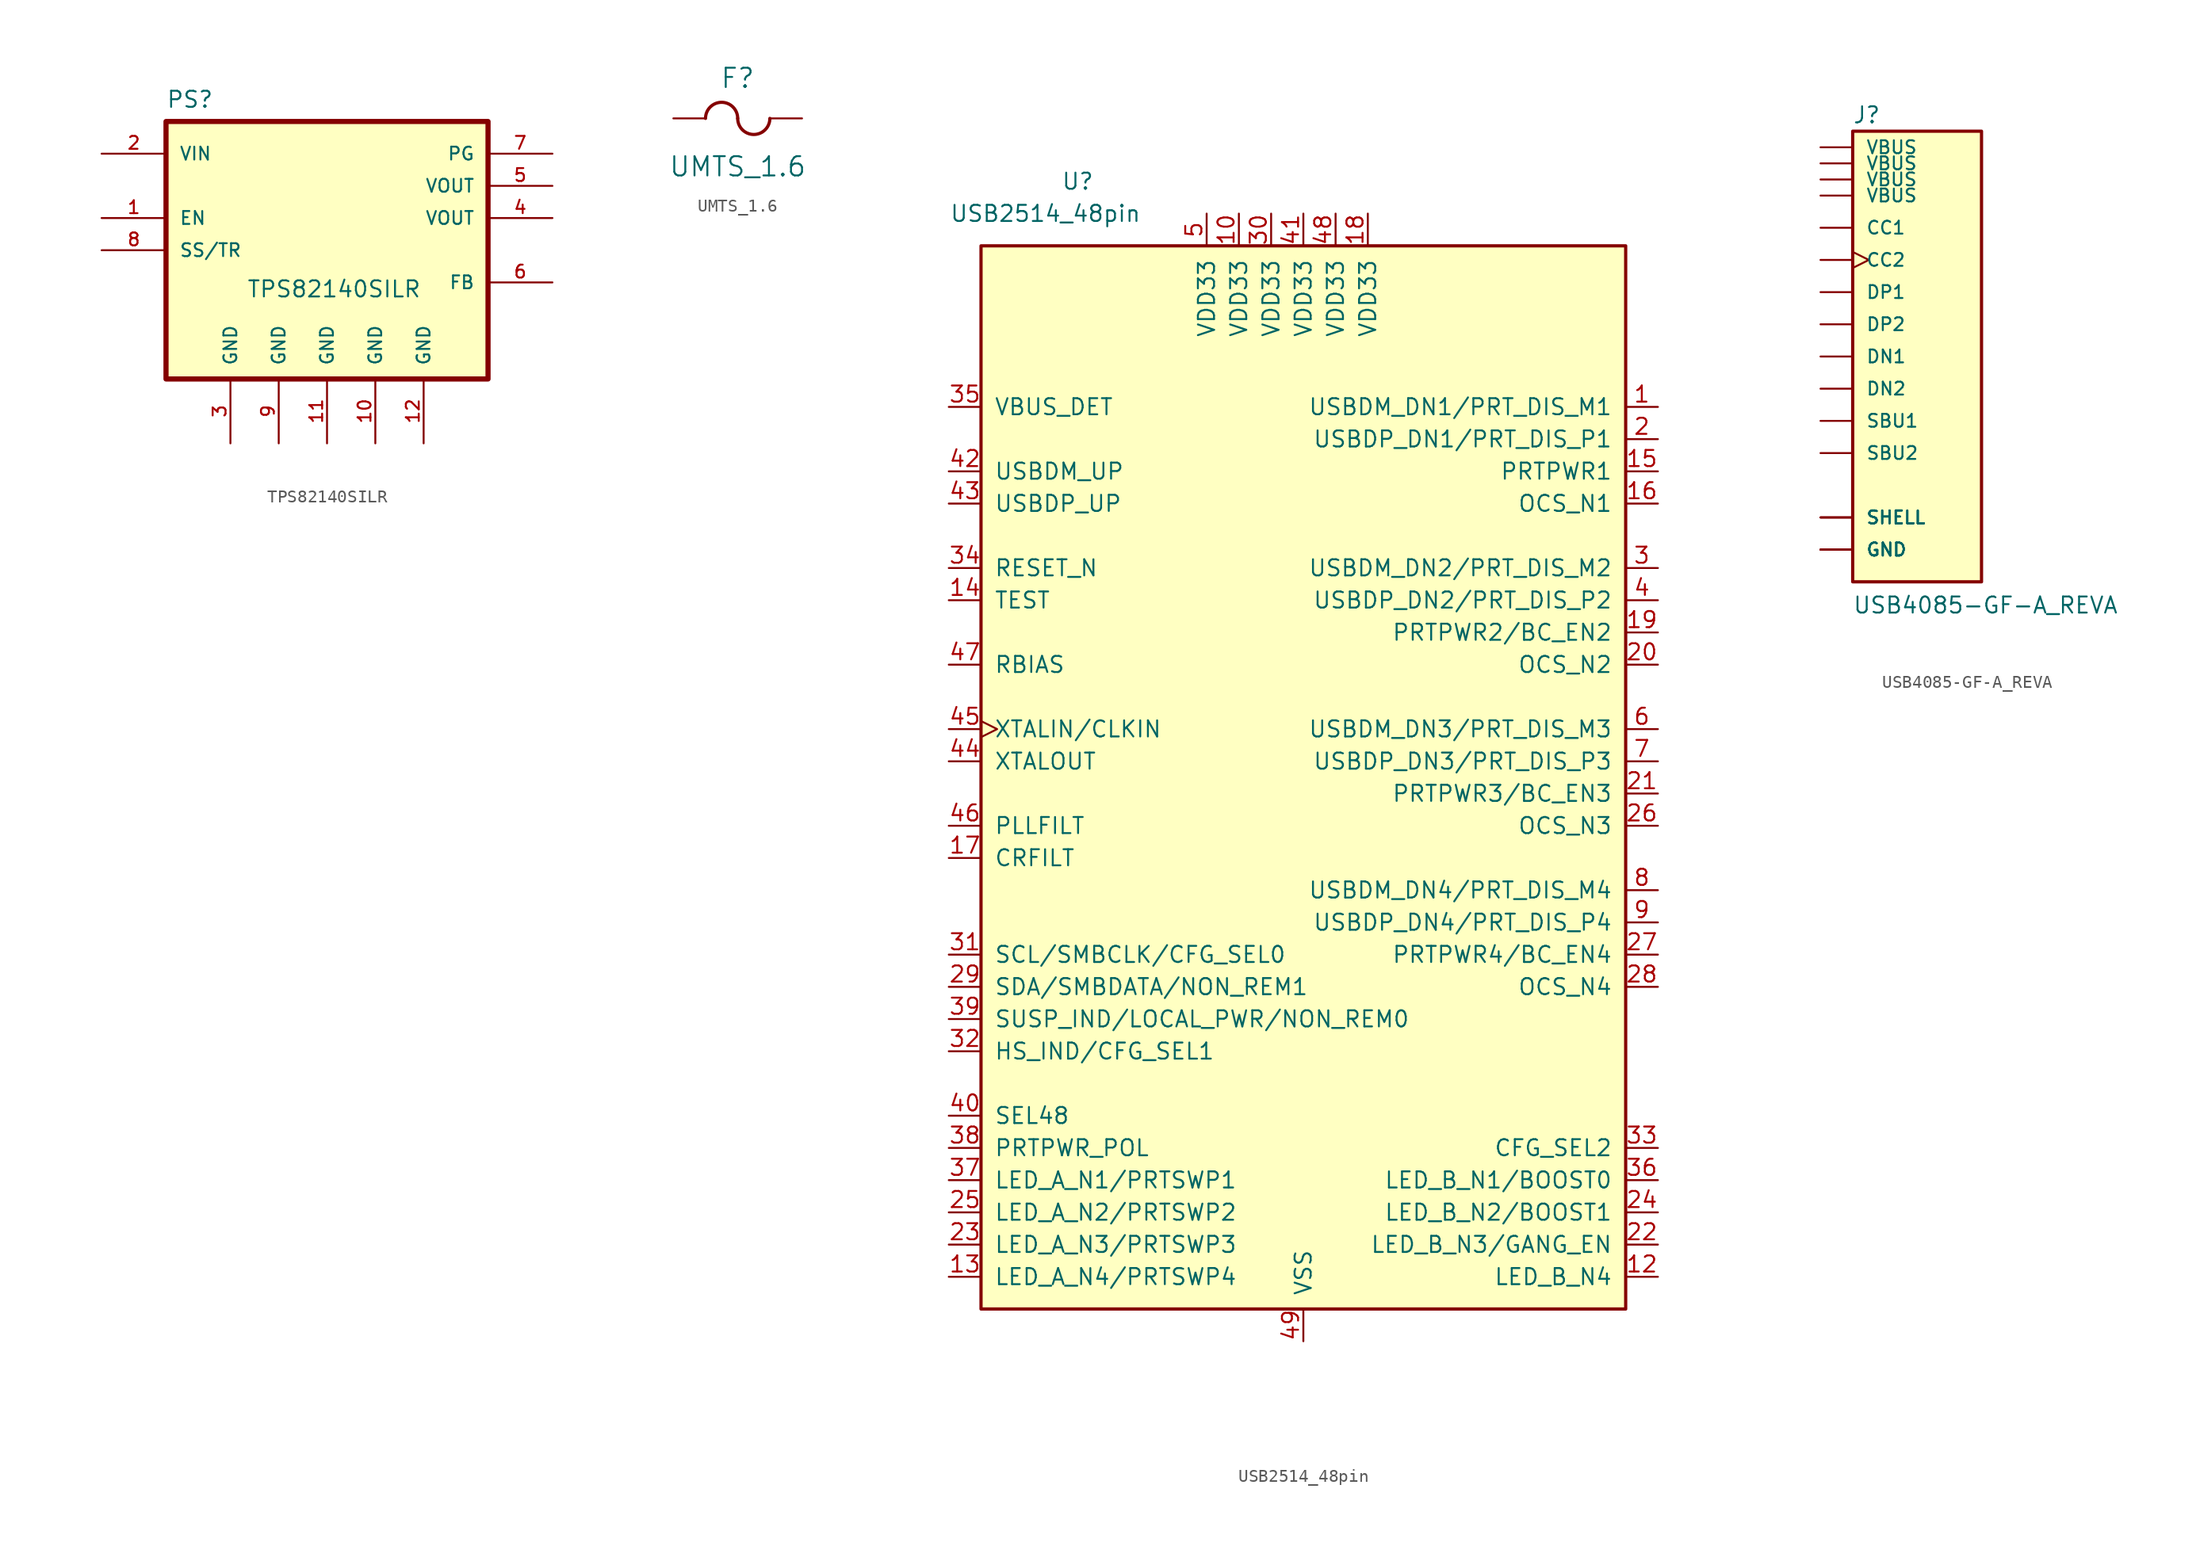
<source format=kicad_sym>
(kicad_symbol_lib
  (version 20211014)
  (generator kicad_symbol_editor)
  (symbol "TPS82140SILR"
    (pin_names
      (offset 1.016))
    (property "Reference" "PS"
      (at -12.7 11.151 0)
      (effects (font (size 1.27 1.27)) (justify left bottom)))
    (property "Value" "TPS82140SILR"
      (at -6.35 -3.81 0)
      (effects (font (size 1.27 1.27)) (justify left bottom)))
    (symbol "TPS82140SILR_0_0"
      (rectangle (start -12.7 -10.16) (end 12.7 10.16) (stroke (width 0.406) (type default) (color 0 0 0 0)) (fill (type background)))
      (pin input line (at -17.78 2.54 0) (length 5.08) (name "EN" (effects (font (size 1.016 1.016)))) (number "1" (effects (font (size 1.016 1.016)))))
      (pin power_in line (at 3.81 -15.24 90) (length 5.08) (name "GND" (effects (font (size 1.016 1.016)))) (number "10" (effects (font (size 1.016 1.016)))))
      (pin power_in line (at 0 -15.24 90) (length 5.08) (name "GND" (effects (font (size 1.016 1.016)))) (number "11" (effects (font (size 1.016 1.016)))))
      (pin power_in line (at 7.62 -15.24 90) (length 5.08) (name "GND" (effects (font (size 1.016 1.016)))) (number "12" (effects (font (size 1.016 1.016)))))
      (pin input line (at -17.78 7.62 0) (length 5.08) (name "VIN" (effects (font (size 1.016 1.016)))) (number "2" (effects (font (size 1.016 1.016)))))
      (pin power_in line (at -7.62 -15.24 90) (length 5.08) (name "GND" (effects (font (size 1.016 1.016)))) (number "3" (effects (font (size 1.016 1.016)))))
      (pin passive line (at 17.78 2.54 180) (length 5.08) (name "VOUT" (effects (font (size 1.016 1.016)))) (number "4" (effects (font (size 1.016 1.016)))))
      (pin output line (at 17.78 5.08 180) (length 5.08) (name "VOUT" (effects (font (size 1.016 1.016)))) (number "5" (effects (font (size 1.016 1.016)))))
      (pin input line (at 17.78 -2.54 180) (length 5.08) (name "FB" (effects (font (size 1.016 1.016)))) (number "6" (effects (font (size 1.016 1.016)))))
      (pin output line (at 17.78 7.62 180) (length 5.08) (name "PG" (effects (font (size 1.016 1.016)))) (number "7" (effects (font (size 1.016 1.016)))))
      (pin input line (at -17.78 0 0) (length 5.08) (name "SS/TR" (effects (font (size 1.016 1.016)))) (number "8" (effects (font (size 1.016 1.016)))))
      (pin power_in line (at -3.81 -15.24 90) (length 5.08) (name "GND" (effects (font (size 1.016 1.016)))) (number "9" (effects (font (size 1.016 1.016)))))))
  (symbol "UMTS_1.6"
    (pin_numbers hide)
    (pin_names hide)
    (property "Reference" "F"
      (at 0 3.175 0)
      (effects (font (size 1.524 1.524))))
    (property "Value" "UMTS_1.6"
      (at 0 -3.81 0)
      (effects (font (size 1.524 1.524))))
    (symbol "UMTS_1.6_1_1"
      (arc (start 0 0) (mid -1.27 1.27) (end -2.54 0) (stroke (width 0.254) (type default) (color 0 0 0 0)) (fill (type none)))
      (arc (start 0 0) (mid 1.27 -1.27) (end 2.54 0) (stroke (width 0.254) (type default) (color 0 0 0 0)) (fill (type none)))
      (pin passive line (at -5.08 0 0) (length 2.54) (name "1" (effects (font (size 1.499 1.499)))) (number "1" (effects (font (size 1.499 1.499)))))
      (pin passive line (at 5.08 0 180) (length 2.54) (name "2" (effects (font (size 1.499 1.499)))) (number "2" (effects (font (size 1.499 1.499)))))))
  (symbol "USB2514_48pin"
    (pin_names
      (offset 1.016))
    (property "Reference" "U"
      (at -17.78 40.64 0)
      (effects (font (size 1.27 1.27))))
    (property "Value" "USB2514_48pin"
      (at -20.32 38.1 0)
      (effects (font (size 1.27 1.27))))
    (symbol "USB2514_48pin_0_1"
      (rectangle (start -25.4 35.56) (end 25.4 -48.26) (stroke (width 0.254) (type default) (color 0 0 0 0)) (fill (type background))))
    (symbol "USB2514_48pin_1_1"
      (pin bidirectional line (at 27.94 22.86 180) (length 2.54) (name "USBDM_DN1/PRT_DIS_M1" (effects (font (size 1.27 1.27)))) (number "1" (effects (font (size 1.27 1.27)))))
      (pin power_in line (at -5.08 38.1 270) (length 2.54) (name "VDD33" (effects (font (size 1.27 1.27)))) (number "10" (effects (font (size 1.27 1.27)))))
      (pin output line (at 27.94 -45.72 180) (length 2.54) (name "LED_B_N4" (effects (font (size 1.27 1.27)))) (number "12" (effects (font (size 1.27 1.27)))))
      (pin bidirectional line (at -27.94 -45.72 0) (length 2.54) (name "LED_A_N4/PRTSWP4" (effects (font (size 1.27 1.27)))) (number "13" (effects (font (size 1.27 1.27)))))
      (pin input line (at -27.94 7.62 0) (length 2.54) (name "TEST" (effects (font (size 1.27 1.27)))) (number "14" (effects (font (size 1.27 1.27)))))
      (pin bidirectional line (at 27.94 17.78 180) (length 2.54) (name "PRTPWR1" (effects (font (size 1.27 1.27)))) (number "15" (effects (font (size 1.27 1.27)))))
      (pin input line (at 27.94 15.24 180) (length 2.54) (name "OCS_N1" (effects (font (size 1.27 1.27)))) (number "16" (effects (font (size 1.27 1.27)))))
      (pin input line (at -27.94 -12.7 0) (length 2.54) (name "CRFILT" (effects (font (size 1.27 1.27)))) (number "17" (effects (font (size 1.27 1.27)))))
      (pin power_in line (at 5.08 38.1 270) (length 2.54) (name "VDD33" (effects (font (size 1.27 1.27)))) (number "18" (effects (font (size 1.27 1.27)))))
      (pin bidirectional line (at 27.94 5.08 180) (length 2.54) (name "PRTPWR2/BC_EN2" (effects (font (size 1.27 1.27)))) (number "19" (effects (font (size 1.27 1.27)))))
      (pin bidirectional line (at 27.94 20.32 180) (length 2.54) (name "USBDP_DN1/PRT_DIS_P1" (effects (font (size 1.27 1.27)))) (number "2" (effects (font (size 1.27 1.27)))))
      (pin input line (at 27.94 2.54 180) (length 2.54) (name "OCS_N2" (effects (font (size 1.27 1.27)))) (number "20" (effects (font (size 1.27 1.27)))))
      (pin bidirectional line (at 27.94 -7.62 180) (length 2.54) (name "PRTPWR3/BC_EN3" (effects (font (size 1.27 1.27)))) (number "21" (effects (font (size 1.27 1.27)))))
      (pin bidirectional line (at 27.94 -43.18 180) (length 2.54) (name "LED_B_N3/GANG_EN" (effects (font (size 1.27 1.27)))) (number "22" (effects (font (size 1.27 1.27)))))
      (pin bidirectional line (at -27.94 -43.18 0) (length 2.54) (name "LED_A_N3/PRTSWP3" (effects (font (size 1.27 1.27)))) (number "23" (effects (font (size 1.27 1.27)))))
      (pin bidirectional line (at 27.94 -40.64 180) (length 2.54) (name "LED_B_N2/BOOST1" (effects (font (size 1.27 1.27)))) (number "24" (effects (font (size 1.27 1.27)))))
      (pin bidirectional line (at -27.94 -40.64 0) (length 2.54) (name "LED_A_N2/PRTSWP2" (effects (font (size 1.27 1.27)))) (number "25" (effects (font (size 1.27 1.27)))))
      (pin input line (at 27.94 -10.16 180) (length 2.54) (name "OCS_N3" (effects (font (size 1.27 1.27)))) (number "26" (effects (font (size 1.27 1.27)))))
      (pin bidirectional line (at 27.94 -20.32 180) (length 2.54) (name "PRTPWR4/BC_EN4" (effects (font (size 1.27 1.27)))) (number "27" (effects (font (size 1.27 1.27)))))
      (pin input line (at 27.94 -22.86 180) (length 2.54) (name "OCS_N4" (effects (font (size 1.27 1.27)))) (number "28" (effects (font (size 1.27 1.27)))))
      (pin bidirectional line (at -27.94 -22.86 0) (length 2.54) (name "SDA/SMBDATA/NON_REM1" (effects (font (size 1.27 1.27)))) (number "29" (effects (font (size 1.27 1.27)))))
      (pin bidirectional line (at 27.94 10.16 180) (length 2.54) (name "USBDM_DN2/PRT_DIS_M2" (effects (font (size 1.27 1.27)))) (number "3" (effects (font (size 1.27 1.27)))))
      (pin power_in line (at -2.54 38.1 270) (length 2.54) (name "VDD33" (effects (font (size 1.27 1.27)))) (number "30" (effects (font (size 1.27 1.27)))))
      (pin bidirectional line (at -27.94 -20.32 0) (length 2.54) (name "SCL/SMBCLK/CFG_SEL0" (effects (font (size 1.27 1.27)))) (number "31" (effects (font (size 1.27 1.27)))))
      (pin bidirectional line (at -27.94 -27.94 0) (length 2.54) (name "HS_IND/CFG_SEL1" (effects (font (size 1.27 1.27)))) (number "32" (effects (font (size 1.27 1.27)))))
      (pin input line (at 27.94 -35.56 180) (length 2.54) (name "CFG_SEL2" (effects (font (size 1.27 1.27)))) (number "33" (effects (font (size 1.27 1.27)))))
      (pin input line (at -27.94 10.16 0) (length 2.54) (name "RESET_N" (effects (font (size 1.27 1.27)))) (number "34" (effects (font (size 1.27 1.27)))))
      (pin input line (at -27.94 22.86 0) (length 2.54) (name "VBUS_DET" (effects (font (size 1.27 1.27)))) (number "35" (effects (font (size 1.27 1.27)))))
      (pin bidirectional line (at 27.94 -38.1 180) (length 2.54) (name "LED_B_N1/BOOST0" (effects (font (size 1.27 1.27)))) (number "36" (effects (font (size 1.27 1.27)))))
      (pin bidirectional line (at -27.94 -38.1 0) (length 2.54) (name "LED_A_N1/PRTSWP1" (effects (font (size 1.27 1.27)))) (number "37" (effects (font (size 1.27 1.27)))))
      (pin input line (at -27.94 -35.56 0) (length 2.54) (name "PRTPWR_POL" (effects (font (size 1.27 1.27)))) (number "38" (effects (font (size 1.27 1.27)))))
      (pin bidirectional line (at -27.94 -25.4 0) (length 2.54) (name "SUSP_IND/LOCAL_PWR/NON_REM0" (effects (font (size 1.27 1.27)))) (number "39" (effects (font (size 1.27 1.27)))))
      (pin bidirectional line (at 27.94 7.62 180) (length 2.54) (name "USBDP_DN2/PRT_DIS_P2" (effects (font (size 1.27 1.27)))) (number "4" (effects (font (size 1.27 1.27)))))
      (pin input line (at -27.94 -33.02 0) (length 2.54) (name "SEL48" (effects (font (size 1.27 1.27)))) (number "40" (effects (font (size 1.27 1.27)))))
      (pin power_in line (at 0 38.1 270) (length 2.54) (name "VDD33" (effects (font (size 1.27 1.27)))) (number "41" (effects (font (size 1.27 1.27)))))
      (pin bidirectional line (at -27.94 17.78 0) (length 2.54) (name "USBDM_UP" (effects (font (size 1.27 1.27)))) (number "42" (effects (font (size 1.27 1.27)))))
      (pin bidirectional line (at -27.94 15.24 0) (length 2.54) (name "USBDP_UP" (effects (font (size 1.27 1.27)))) (number "43" (effects (font (size 1.27 1.27)))))
      (pin output line (at -27.94 -5.08 0) (length 2.54) (name "XTALOUT" (effects (font (size 1.27 1.27)))) (number "44" (effects (font (size 1.27 1.27)))))
      (pin input clock (at -27.94 -2.54 0) (length 2.54) (name "XTALIN/CLKIN" (effects (font (size 1.27 1.27)))) (number "45" (effects (font (size 1.27 1.27)))))
      (pin input line (at -27.94 -10.16 0) (length 2.54) (name "PLLFILT" (effects (font (size 1.27 1.27)))) (number "46" (effects (font (size 1.27 1.27)))))
      (pin input line (at -27.94 2.54 0) (length 2.54) (name "RBIAS" (effects (font (size 1.27 1.27)))) (number "47" (effects (font (size 1.27 1.27)))))
      (pin power_in line (at 2.54 38.1 270) (length 2.54) (name "VDD33" (effects (font (size 1.27 1.27)))) (number "48" (effects (font (size 1.27 1.27)))))
      (pin power_in line (at 0 -50.8 90) (length 2.54) (name "VSS" (effects (font (size 1.27 1.27)))) (number "49" (effects (font (size 1.27 1.27)))))
      (pin power_in line (at -7.62 38.1 270) (length 2.54) (name "VDD33" (effects (font (size 1.27 1.27)))) (number "5" (effects (font (size 1.27 1.27)))))
      (pin bidirectional line (at 27.94 -2.54 180) (length 2.54) (name "USBDM_DN3/PRT_DIS_M3" (effects (font (size 1.27 1.27)))) (number "6" (effects (font (size 1.27 1.27)))))
      (pin bidirectional line (at 27.94 -5.08 180) (length 2.54) (name "USBDP_DN3/PRT_DIS_P3" (effects (font (size 1.27 1.27)))) (number "7" (effects (font (size 1.27 1.27)))))
      (pin bidirectional line (at 27.94 -15.24 180) (length 2.54) (name "USBDM_DN4/PRT_DIS_M4" (effects (font (size 1.27 1.27)))) (number "8" (effects (font (size 1.27 1.27)))))
      (pin bidirectional line (at 27.94 -17.78 180) (length 2.54) (name "USBDP_DN4/PRT_DIS_P4" (effects (font (size 1.27 1.27)))) (number "9" (effects (font (size 1.27 1.27)))))))
  (symbol "USB4085-GF-A_REVA"
    (pin_numbers hide)
    (pin_names
      (offset 1.016))
    (property "Reference" "J"
      (at -5.105 18.313 0)
      (effects (font (size 1.27 1.27)) (justify left bottom)))
    (property "Value" "USB4085-GF-A_REVA"
      (at -5.105 -20.371 0)
      (effects (font (size 1.27 1.27)) (justify left bottom)))
    (symbol "USB4085-GF-A_REVA_0_0"
      (rectangle (start -5.08 -17.78) (end 5.08 17.78) (stroke (width 0.254) (type default) (color 0 0 0 0)) (fill (type background)))
      (pin passive line (at -7.62 -15.24 0) (length 2.54) (name "GND" (effects (font (size 1.016 1.016)))) (number "A1" (effects (font (size 1.016 1.016)))))
      (pin passive line (at -7.62 -15.24 0) (length 2.54) (name "GND" (effects (font (size 1.016 1.016)))) (number "A12" (effects (font (size 1.016 1.016)))))
      (pin power_out line (at -7.62 15.24 0) (length 2.54) (name "VBUS" (effects (font (size 1.016 1.016)))) (number "A4" (effects (font (size 1.016 1.016)))))
      (pin bidirectional line (at -7.62 10.16 0) (length 2.54) (name "CC1" (effects (font (size 1.016 1.016)))) (number "A5" (effects (font (size 1.016 1.016)))))
      (pin bidirectional line (at -7.62 5.08 0) (length 2.54) (name "DP1" (effects (font (size 1.016 1.016)))) (number "A6" (effects (font (size 1.016 1.016)))))
      (pin bidirectional line (at -7.62 0 0) (length 2.54) (name "DN1" (effects (font (size 1.016 1.016)))) (number "A7" (effects (font (size 1.016 1.016)))))
      (pin bidirectional line (at -7.62 -5.08 0) (length 2.54) (name "SBU1" (effects (font (size 1.016 1.016)))) (number "A8" (effects (font (size 1.016 1.016)))))
      (pin power_out line (at -7.62 12.7 0) (length 2.54) (name "VBUS" (effects (font (size 1.016 1.016)))) (number "A9" (effects (font (size 1.016 1.016)))))
      (pin passive line (at -7.62 -15.24 0) (length 2.54) (name "GND" (effects (font (size 1.016 1.016)))) (number "B1" (effects (font (size 1.016 1.016)))))
      (pin passive line (at -7.62 -15.24 0) (length 2.54) (name "GND" (effects (font (size 1.016 1.016)))) (number "B12" (effects (font (size 1.016 1.016)))))
      (pin power_out line (at -7.62 16.51 0) (length 2.54) (name "VBUS" (effects (font (size 1.016 1.016)))) (number "B4" (effects (font (size 1.016 1.016)))))
      (pin bidirectional clock (at -7.62 7.62 0) (length 2.54) (name "CC2" (effects (font (size 1.016 1.016)))) (number "B5" (effects (font (size 1.016 1.016)))))
      (pin bidirectional line (at -7.62 2.54 0) (length 2.54) (name "DP2" (effects (font (size 1.016 1.016)))) (number "B6" (effects (font (size 1.016 1.016)))))
      (pin bidirectional line (at -7.62 -2.54 0) (length 2.54) (name "DN2" (effects (font (size 1.016 1.016)))) (number "B7" (effects (font (size 1.016 1.016)))))
      (pin bidirectional line (at -7.62 -7.62 0) (length 2.54) (name "SBU2" (effects (font (size 1.016 1.016)))) (number "B8" (effects (font (size 1.016 1.016)))))
      (pin power_out line (at -7.62 13.97 0) (length 2.54) (name "VBUS" (effects (font (size 1.016 1.016)))) (number "B9" (effects (font (size 1.016 1.016)))))
      (pin passive line (at -7.62 -12.7 0) (length 2.54) (name "SHELL" (effects (font (size 1.016 1.016)))) (number "P1" (effects (font (size 1.016 1.016)))))
      (pin passive line (at -7.62 -12.7 0) (length 2.54) (name "SHELL" (effects (font (size 1.016 1.016)))) (number "P2" (effects (font (size 1.016 1.016)))))
      (pin passive line (at -7.62 -12.7 0) (length 2.54) (name "SHELL" (effects (font (size 1.016 1.016)))) (number "P3" (effects (font (size 1.016 1.016)))))
      (pin passive line (at -7.62 -12.7 0) (length 2.54) (name "SHELL" (effects (font (size 1.016 1.016)))) (number "P4" (effects (font (size 1.016 1.016))))))))
</source>
